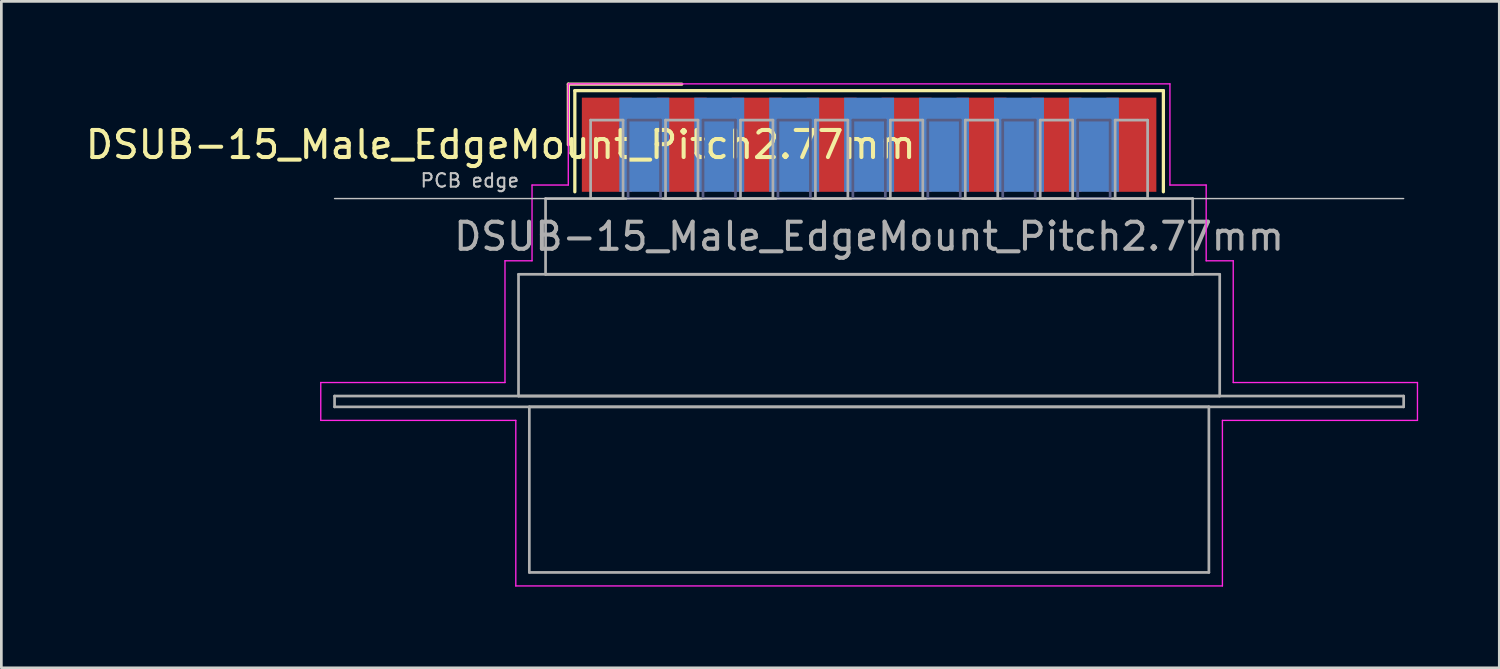
<source format=kicad_pcb>
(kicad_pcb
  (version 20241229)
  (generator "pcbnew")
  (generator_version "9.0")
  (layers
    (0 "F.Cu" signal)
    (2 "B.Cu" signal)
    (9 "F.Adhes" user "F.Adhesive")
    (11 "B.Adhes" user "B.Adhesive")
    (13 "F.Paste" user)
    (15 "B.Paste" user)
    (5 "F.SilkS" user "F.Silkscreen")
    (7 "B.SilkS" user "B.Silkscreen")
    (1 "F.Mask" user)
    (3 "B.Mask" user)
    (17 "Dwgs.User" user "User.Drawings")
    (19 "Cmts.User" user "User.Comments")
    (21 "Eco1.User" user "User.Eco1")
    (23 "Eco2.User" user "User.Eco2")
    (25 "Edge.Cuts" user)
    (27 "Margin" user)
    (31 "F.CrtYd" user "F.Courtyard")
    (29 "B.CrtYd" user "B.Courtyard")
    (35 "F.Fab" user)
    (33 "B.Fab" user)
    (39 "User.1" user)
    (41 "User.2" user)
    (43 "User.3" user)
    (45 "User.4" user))
  (footprint "DSUB-15_Male_EdgeMount_Pitch2.77mm"
    (layer "F.Cu")
    (at 29.077 2.3)
    (property "Reference" "DSUB-15_Male_EdgeMount_Pitch2.77mm" (at -13.618 0 0) (layer "F.SilkS") (effects (font (size 1 1) (thickness 0.15))))
    (attr smd)
    (fp_line (start -11.118 -2.24) (end -6.925 -2.24) (stroke (width 0.12) (type solid)) (layer "F.SilkS"))
    (fp_line (start -11.118 0) (end -11.118 -2.24) (stroke (width 0.12) (type solid)) (layer "F.SilkS"))
    (fp_line (start -10.878 -2) (end -10.878 1.74) (stroke (width 0.12) (type solid)) (layer "F.SilkS"))
    (fp_line (start 10.878 -2) (end -10.878 -2) (stroke (width 0.12) (type solid)) (layer "F.SilkS"))
    (fp_line (start 10.878 1.74) (end 10.878 -2) (stroke (width 0.12) (type solid)) (layer "F.SilkS"))
    (fp_line (start -19.76 1.99) (end 19.76 1.99) (stroke (width 0.05) (type solid)) (layer "Dwgs.User"))
    (fp_line (start -20.27 8.79) (end -13.46 8.79) (stroke (width 0.05) (type solid)) (layer "F.CrtYd"))
    (fp_line (start -20.27 10.19) (end -20.27 8.79) (stroke (width 0.05) (type solid)) (layer "F.CrtYd"))
    (fp_line (start -13.46 4.29) (end -12.46 4.29) (stroke (width 0.05) (type solid)) (layer "F.CrtYd"))
    (fp_line (start -13.46 8.79) (end -13.46 4.29) (stroke (width 0.05) (type solid)) (layer "F.CrtYd"))
    (fp_line (start -13.06 10.19) (end -20.27 10.19) (stroke (width 0.05) (type solid)) (layer "F.CrtYd"))
    (fp_line (start -13.06 16.31) (end -13.06 10.19) (stroke (width 0.05) (type solid)) (layer "F.CrtYd"))
    (fp_line (start -12.46 1.49) (end -11.12 1.49) (stroke (width 0.05) (type solid)) (layer "F.CrtYd"))
    (fp_line (start -12.46 4.29) (end -12.46 1.49) (stroke (width 0.05) (type solid)) (layer "F.CrtYd"))
    (fp_line (start -11.12 -2.25) (end 11.12 -2.25) (stroke (width 0.05) (type solid)) (layer "F.CrtYd"))
    (fp_line (start -11.12 1.49) (end -11.12 -2.25) (stroke (width 0.05) (type solid)) (layer "F.CrtYd"))
    (fp_line (start 11.12 -2.25) (end 11.12 1.49) (stroke (width 0.05) (type solid)) (layer "F.CrtYd"))
    (fp_line (start 11.12 1.49) (end 12.46 1.49) (stroke (width 0.05) (type solid)) (layer "F.CrtYd"))
    (fp_line (start 12.46 1.49) (end 12.46 4.29) (stroke (width 0.05) (type solid)) (layer "F.CrtYd"))
    (fp_line (start 12.46 4.29) (end 13.46 4.29) (stroke (width 0.05) (type solid)) (layer "F.CrtYd"))
    (fp_line (start 13.06 10.19) (end 13.06 16.31) (stroke (width 0.05) (type solid)) (layer "F.CrtYd"))
    (fp_line (start 13.06 16.31) (end -13.06 16.31) (stroke (width 0.05) (type solid)) (layer "F.CrtYd"))
    (fp_line (start 13.46 4.29) (end 13.46 8.79) (stroke (width 0.05) (type solid)) (layer "F.CrtYd"))
    (fp_line (start 13.46 8.79) (end 20.27 8.79) (stroke (width 0.05) (type solid)) (layer "F.CrtYd"))
    (fp_line (start 20.27 8.79) (end 20.27 10.19) (stroke (width 0.05) (type solid)) (layer "F.CrtYd"))
    (fp_line (start 20.27 10.19) (end 13.06 10.19) (stroke (width 0.05) (type solid)) (layer "F.CrtYd"))
    (fp_line (start -8.91 -0.91) (end -8.91 1.99) (stroke (width 0.1) (type solid)) (layer "B.Fab"))
    (fp_line (start -8.91 1.99) (end -7.71 1.99) (stroke (width 0.1) (type solid)) (layer "B.Fab"))
    (fp_line (start -7.71 -0.91) (end -8.91 -0.91) (stroke (width 0.1) (type solid)) (layer "B.Fab"))
    (fp_line (start -7.71 1.99) (end -7.71 -0.91) (stroke (width 0.1) (type solid)) (layer "B.Fab"))
    (fp_line (start -6.14 -0.91) (end -6.14 1.99) (stroke (width 0.1) (type solid)) (layer "B.Fab"))
    (fp_line (start -6.14 1.99) (end -4.94 1.99) (stroke (width 0.1) (type solid)) (layer "B.Fab"))
    (fp_line (start -4.94 -0.91) (end -6.14 -0.91) (stroke (width 0.1) (type solid)) (layer "B.Fab"))
    (fp_line (start -4.94 1.99) (end -4.94 -0.91) (stroke (width 0.1) (type solid)) (layer "B.Fab"))
    (fp_line (start -3.37 -0.91) (end -3.37 1.99) (stroke (width 0.1) (type solid)) (layer "B.Fab"))
    (fp_line (start -3.37 1.99) (end -2.17 1.99) (stroke (width 0.1) (type solid)) (layer "B.Fab"))
    (fp_line (start -2.17 -0.91) (end -3.37 -0.91) (stroke (width 0.1) (type solid)) (layer "B.Fab"))
    (fp_line (start -2.17 1.99) (end -2.17 -0.91) (stroke (width 0.1) (type solid)) (layer "B.Fab"))
    (fp_line (start -0.6 -0.91) (end -0.6 1.99) (stroke (width 0.1) (type solid)) (layer "B.Fab"))
    (fp_line (start -0.6 1.99) (end 0.6 1.99) (stroke (width 0.1) (type solid)) (layer "B.Fab"))
    (fp_line (start 0.6 -0.91) (end -0.6 -0.91) (stroke (width 0.1) (type solid)) (layer "B.Fab"))
    (fp_line (start 0.6 1.99) (end 0.6 -0.91) (stroke (width 0.1) (type solid)) (layer "B.Fab"))
    (fp_line (start 2.17 -0.91) (end 2.17 1.99) (stroke (width 0.1) (type solid)) (layer "B.Fab"))
    (fp_line (start 2.17 1.99) (end 3.37 1.99) (stroke (width 0.1) (type solid)) (layer "B.Fab"))
    (fp_line (start 3.37 -0.91) (end 2.17 -0.91) (stroke (width 0.1) (type solid)) (layer "B.Fab"))
    (fp_line (start 3.37 1.99) (end 3.37 -0.91) (stroke (width 0.1) (type solid)) (layer "B.Fab"))
    (fp_line (start 4.94 -0.91) (end 4.94 1.99) (stroke (width 0.1) (type solid)) (layer "B.Fab"))
    (fp_line (start 4.94 1.99) (end 6.14 1.99) (stroke (width 0.1) (type solid)) (layer "B.Fab"))
    (fp_line (start 6.14 -0.91) (end 4.94 -0.91) (stroke (width 0.1) (type solid)) (layer "B.Fab"))
    (fp_line (start 6.14 1.99) (end 6.14 -0.91) (stroke (width 0.1) (type solid)) (layer "B.Fab"))
    (fp_line (start 7.71 -0.91) (end 7.71 1.99) (stroke (width 0.1) (type solid)) (layer "B.Fab"))
    (fp_line (start 7.71 1.99) (end 8.91 1.99) (stroke (width 0.1) (type solid)) (layer "B.Fab"))
    (fp_line (start 8.91 -0.91) (end 7.71 -0.91) (stroke (width 0.1) (type solid)) (layer "B.Fab"))
    (fp_line (start 8.91 1.99) (end 8.91 -0.91) (stroke (width 0.1) (type solid)) (layer "B.Fab"))
    (fp_line (start -19.76 9.29) (end -19.76 9.69) (stroke (width 0.1) (type solid)) (layer "F.Fab"))
    (fp_line (start -19.76 9.69) (end 19.76 9.69) (stroke (width 0.1) (type solid)) (layer "F.Fab"))
    (fp_line (start -12.96 4.79) (end -12.96 9.29) (stroke (width 0.1) (type solid)) (layer "F.Fab"))
    (fp_line (start -12.96 9.29) (end 12.96 9.29) (stroke (width 0.1) (type solid)) (layer "F.Fab"))
    (fp_line (start -12.56 9.69) (end -12.56 15.81) (stroke (width 0.1) (type solid)) (layer "F.Fab"))
    (fp_line (start -12.56 15.81) (end 12.56 15.81) (stroke (width 0.1) (type solid)) (layer "F.Fab"))
    (fp_line (start -11.96 1.99) (end -11.96 4.79) (stroke (width 0.1) (type solid)) (layer "F.Fab"))
    (fp_line (start -11.96 4.79) (end 11.96 4.79) (stroke (width 0.1) (type solid)) (layer "F.Fab"))
    (fp_line (start -10.295 -0.91) (end -10.295 1.99) (stroke (width 0.1) (type solid)) (layer "F.Fab"))
    (fp_line (start -10.295 1.99) (end -9.095 1.99) (stroke (width 0.1) (type solid)) (layer "F.Fab"))
    (fp_line (start -9.095 -0.91) (end -10.295 -0.91) (stroke (width 0.1) (type solid)) (layer "F.Fab"))
    (fp_line (start -9.095 1.99) (end -9.095 -0.91) (stroke (width 0.1) (type solid)) (layer "F.Fab"))
    (fp_line (start -7.525 -0.91) (end -7.525 1.99) (stroke (width 0.1) (type solid)) (layer "F.Fab"))
    (fp_line (start -7.525 1.99) (end -6.325 1.99) (stroke (width 0.1) (type solid)) (layer "F.Fab"))
    (fp_line (start -6.325 -0.91) (end -7.525 -0.91) (stroke (width 0.1) (type solid)) (layer "F.Fab"))
    (fp_line (start -6.325 1.99) (end -6.325 -0.91) (stroke (width 0.1) (type solid)) (layer "F.Fab"))
    (fp_line (start -4.755 -0.91) (end -4.755 1.99) (stroke (width 0.1) (type solid)) (layer "F.Fab"))
    (fp_line (start -4.755 1.99) (end -3.555 1.99) (stroke (width 0.1) (type solid)) (layer "F.Fab"))
    (fp_line (start -3.555 -0.91) (end -4.755 -0.91) (stroke (width 0.1) (type solid)) (layer "F.Fab"))
    (fp_line (start -3.555 1.99) (end -3.555 -0.91) (stroke (width 0.1) (type solid)) (layer "F.Fab"))
    (fp_line (start -1.985 -0.91) (end -1.985 1.99) (stroke (width 0.1) (type solid)) (layer "F.Fab"))
    (fp_line (start -1.985 1.99) (end -0.785 1.99) (stroke (width 0.1) (type solid)) (layer "F.Fab"))
    (fp_line (start -0.785 -0.91) (end -1.985 -0.91) (stroke (width 0.1) (type solid)) (layer "F.Fab"))
    (fp_line (start -0.785 1.99) (end -0.785 -0.91) (stroke (width 0.1) (type solid)) (layer "F.Fab"))
    (fp_line (start 0.785 -0.91) (end 0.785 1.99) (stroke (width 0.1) (type solid)) (layer "F.Fab"))
    (fp_line (start 0.785 1.99) (end 1.985 1.99) (stroke (width 0.1) (type solid)) (layer "F.Fab"))
    (fp_line (start 1.985 -0.91) (end 0.785 -0.91) (stroke (width 0.1) (type solid)) (layer "F.Fab"))
    (fp_line (start 1.985 1.99) (end 1.985 -0.91) (stroke (width 0.1) (type solid)) (layer "F.Fab"))
    (fp_line (start 3.555 -0.91) (end 3.555 1.99) (stroke (width 0.1) (type solid)) (layer "F.Fab"))
    (fp_line (start 3.555 1.99) (end 4.755 1.99) (stroke (width 0.1) (type solid)) (layer "F.Fab"))
    (fp_line (start 4.755 -0.91) (end 3.555 -0.91) (stroke (width 0.1) (type solid)) (layer "F.Fab"))
    (fp_line (start 4.755 1.99) (end 4.755 -0.91) (stroke (width 0.1) (type solid)) (layer "F.Fab"))
    (fp_line (start 6.325 -0.91) (end 6.325 1.99) (stroke (width 0.1) (type solid)) (layer "F.Fab"))
    (fp_line (start 6.325 1.99) (end 7.525 1.99) (stroke (width 0.1) (type solid)) (layer "F.Fab"))
    (fp_line (start 7.525 -0.91) (end 6.325 -0.91) (stroke (width 0.1) (type solid)) (layer "F.Fab"))
    (fp_line (start 7.525 1.99) (end 7.525 -0.91) (stroke (width 0.1) (type solid)) (layer "F.Fab"))
    (fp_line (start 9.095 -0.91) (end 9.095 1.99) (stroke (width 0.1) (type solid)) (layer "F.Fab"))
    (fp_line (start 9.095 1.99) (end 10.295 1.99) (stroke (width 0.1) (type solid)) (layer "F.Fab"))
    (fp_line (start 10.295 -0.91) (end 9.095 -0.91) (stroke (width 0.1) (type solid)) (layer "F.Fab"))
    (fp_line (start 10.295 1.99) (end 10.295 -0.91) (stroke (width 0.1) (type solid)) (layer "F.Fab"))
    (fp_line (start 11.96 1.99) (end -11.96 1.99) (stroke (width 0.1) (type solid)) (layer "F.Fab"))
    (fp_line (start 11.96 4.79) (end 11.96 1.99) (stroke (width 0.1) (type solid)) (layer "F.Fab"))
    (fp_line (start 12.56 9.69) (end -12.56 9.69) (stroke (width 0.1) (type solid)) (layer "F.Fab"))
    (fp_line (start 12.56 15.81) (end 12.56 9.69) (stroke (width 0.1) (type solid)) (layer "F.Fab"))
    (fp_line (start 12.96 4.79) (end -12.96 4.79) (stroke (width 0.1) (type solid)) (layer "F.Fab"))
    (fp_line (start 12.96 9.29) (end 12.96 4.79) (stroke (width 0.1) (type solid)) (layer "F.Fab"))
    (fp_line (start 19.76 9.29) (end -19.76 9.29) (stroke (width 0.1) (type solid)) (layer "F.Fab"))
    (fp_line (start 19.76 9.69) (end 19.76 9.29) (stroke (width 0.1) (type solid)) (layer "F.Fab"))
    (fp_text user "PCB edge" (at -14.76 1.323 0) (layer "Dwgs.User") (effects (font (size 0.5 0.5) (thickness 0.075))))
    (fp_text user "${REFERENCE}" (at 0 3.39 0) (layer "F.Fab") (effects (font (size 1 1) (thickness 0.15))))
    (pad "1" smd rect (at -9.695 0) (size 1.847 3.48) (layers "F.Cu" "F.Mask" "F.Paste"))
    (pad "2" smd rect (at -6.925 0) (size 1.847 3.48) (layers "F.Cu" "F.Mask" "F.Paste"))
    (pad "3" smd rect (at -4.155 0) (size 1.847 3.48) (layers "F.Cu" "F.Mask" "F.Paste"))
    (pad "4" smd rect (at -1.385 0) (size 1.847 3.48) (layers "F.Cu" "F.Mask" "F.Paste"))
    (pad "5" smd rect (at 1.385 0) (size 1.847 3.48) (layers "F.Cu" "F.Mask" "F.Paste"))
    (pad "6" smd rect (at 4.155 0) (size 1.847 3.48) (layers "F.Cu" "F.Mask" "F.Paste"))
    (pad "7" smd rect (at 6.925 0) (size 1.847 3.48) (layers "F.Cu" "F.Mask" "F.Paste"))
    (pad "8" smd rect (at 9.695 0) (size 1.847 3.48) (layers "F.Cu" "F.Mask" "F.Paste"))
    (pad "9" smd rect (at -8.31 0) (size 1.847 3.48) (layers "B.Cu" "B.Mask" "B.Paste"))
    (pad "10" smd rect (at -5.54 0) (size 1.847 3.48) (layers "B.Cu" "B.Mask" "B.Paste"))
    (pad "11" smd rect (at -2.77 0) (size 1.847 3.48) (layers "B.Cu" "B.Mask" "B.Paste"))
    (pad "12" smd rect (at 0 0) (size 1.847 3.48) (layers "B.Cu" "B.Mask" "B.Paste"))
    (pad "13" smd rect (at 2.77 0) (size 1.847 3.48) (layers "B.Cu" "B.Mask" "B.Paste"))
    (pad "14" smd rect (at 5.54 0) (size 1.847 3.48) (layers "B.Cu" "B.Mask" "B.Paste"))
    (pad "15" smd rect (at 8.31 0) (size 1.847 3.48) (layers "B.Cu" "B.Mask" "B.Paste")))
  (gr_rect
    (start -3 -3)
    (end 52.372 21.635)
    (stroke (width 0.1) (type default))
    (fill no)
    (layer "Edge.Cuts")))
</source>
